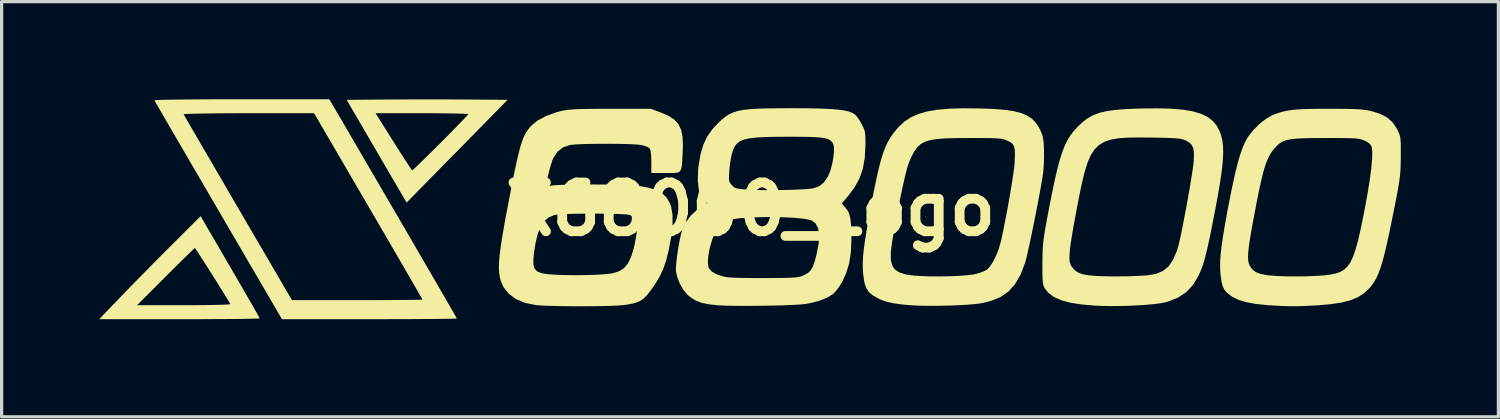
<source format=kicad_pcb>
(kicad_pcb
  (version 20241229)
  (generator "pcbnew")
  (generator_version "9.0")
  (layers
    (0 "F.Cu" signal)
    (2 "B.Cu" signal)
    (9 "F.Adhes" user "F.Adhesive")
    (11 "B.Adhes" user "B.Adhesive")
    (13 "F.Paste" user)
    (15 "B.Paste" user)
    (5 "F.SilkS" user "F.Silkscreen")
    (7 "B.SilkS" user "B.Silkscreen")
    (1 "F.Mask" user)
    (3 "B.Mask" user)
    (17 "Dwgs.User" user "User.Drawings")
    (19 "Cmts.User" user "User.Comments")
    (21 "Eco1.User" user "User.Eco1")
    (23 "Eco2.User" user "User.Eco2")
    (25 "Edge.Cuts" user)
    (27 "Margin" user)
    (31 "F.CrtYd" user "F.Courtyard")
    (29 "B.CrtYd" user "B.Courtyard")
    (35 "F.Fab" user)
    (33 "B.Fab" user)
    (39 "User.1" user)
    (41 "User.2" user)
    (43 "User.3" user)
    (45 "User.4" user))
  (footprint "X68000_Logo"
    (layer "F.Cu")
    (at 20.016 3.38)
    (property "Reference" "X68000_Logo" (at 0 0 0) (layer "F.SilkS") (effects (font (size 1.5 1.5) (thickness 0.3))))
    (attr board_only exclude_from_pos_files exclude_from_bom)
    (fp_poly (pts (xy -9.421 -3.375) (xy -8.994 -3.373) (xy -8.693 -3.371) (xy -7.466 -3.361) (xy -9.018 -1.782) (xy -10.57 -0.203) (xy -11.491 -1.782) (xy -12.172 -2.95) (xy -11.523 -2.95) (xy -10.97 -2.071) (xy -10.823 -1.837) (xy -10.688 -1.627) (xy -10.573 -1.449) (xy -10.482 -1.311) (xy -10.422 -1.222) (xy -10.397 -1.192) (xy -10.365 -1.218) (xy -10.285 -1.294) (xy -10.163 -1.411) (xy -10.007 -1.564) (xy -9.824 -1.745) (xy -9.619 -1.948) (xy -9.525 -2.041) (xy -9.314 -2.253) (xy -9.123 -2.447) (xy -8.957 -2.617) (xy -8.823 -2.756) (xy -8.729 -2.857) (xy -8.68 -2.912) (xy -8.675 -2.921) (xy -8.713 -2.927) (xy -8.82 -2.934) (xy -8.988 -2.939) (xy -9.208 -2.944) (xy -9.471 -2.947) (xy -9.77 -2.95) (xy -10.094 -2.95) (xy -10.099 -2.95) (xy -11.523 -2.95) (xy -12.172 -2.95) (xy -12.411 -3.361) (xy -11.166 -3.371) (xy -10.777 -3.373) (xy -10.34 -3.375) (xy -9.879 -3.375)) (stroke (width 0) (type solid)) (fill yes) (layer "F.SilkS"))
    (fp_poly (pts (xy -15.992 1.773) (xy -15.807 2.09) (xy -15.634 2.388) (xy -15.479 2.657) (xy -15.343 2.893) (xy -15.232 3.087) (xy -15.149 3.233) (xy -15.099 3.325) (xy -15.084 3.355) (xy -15.122 3.359) (xy -15.231 3.364) (xy -15.406 3.367) (xy -15.639 3.371) (xy -15.923 3.374) (xy -16.253 3.376) (xy -16.622 3.378) (xy -17.023 3.38) (xy -17.449 3.38) (xy -17.55 3.38) (xy -20.016 3.38) (xy -19.605 2.95) (xy -18.854 2.95) (xy -17.415 2.95) (xy -17.059 2.949) (xy -16.743 2.947) (xy -16.473 2.942) (xy -16.257 2.937) (xy -16.1 2.93) (xy -16.009 2.922) (xy -15.989 2.915) (xy -16.015 2.867) (xy -16.075 2.766) (xy -16.162 2.623) (xy -16.271 2.448) (xy -16.393 2.253) (xy -16.522 2.047) (xy -16.652 1.842) (xy -16.776 1.647) (xy -16.887 1.475) (xy -16.978 1.334) (xy -17.043 1.237) (xy -17.075 1.193) (xy -17.077 1.192) (xy -17.108 1.218) (xy -17.188 1.294) (xy -17.31 1.412) (xy -17.466 1.565) (xy -17.651 1.747) (xy -17.857 1.952) (xy -17.975 2.071) (xy -18.854 2.95) (xy -19.605 2.95) (xy -19.389 2.726) (xy -19.197 2.526) (xy -18.963 2.286) (xy -18.7 2.019) (xy -18.424 1.738) (xy -18.146 1.458) (xy -17.882 1.193) (xy -17.831 1.143) (xy -16.9 0.215)) (stroke (width 0) (type solid)) (fill yes) (layer "F.SilkS"))
    (fp_poly (pts (xy -10.985 -0.022) (xy -10.711 0.448) (xy -10.448 0.899) (xy -10.2 1.327) (xy -9.968 1.726) (xy -9.755 2.092) (xy -9.564 2.421) (xy -9.398 2.708) (xy -9.259 2.949) (xy -9.151 3.138) (xy -9.074 3.271) (xy -9.033 3.345) (xy -9.027 3.358) (xy -9.065 3.362) (xy -9.175 3.365) (xy -9.35 3.368) (xy -9.585 3.371) (xy -9.872 3.374) (xy -10.206 3.376) (xy -10.581 3.378) (xy -10.989 3.379) (xy -11.425 3.38) (xy -11.714 3.38) (xy -14.4 3.38) (xy -16.354 0.033) (xy -16.628 -0.437) (xy -16.891 -0.888) (xy -17.14 -1.315) (xy -17.373 -1.714) (xy -17.586 -2.081) (xy -17.778 -2.41) (xy -17.945 -2.697) (xy -18.073 -2.918) (xy -17.422 -2.918) (xy -17.401 -2.88) (xy -17.343 -2.779) (xy -17.251 -2.621) (xy -17.129 -2.411) (xy -16.98 -2.153) (xy -16.805 -1.852) (xy -16.608 -1.515) (xy -16.392 -1.144) (xy -16.16 -0.746) (xy -15.915 -0.326) (xy -15.752 -0.045) (xy -14.094 2.794) (xy -12.088 2.794) (xy -11.7 2.794) (xy -11.337 2.793) (xy -11.006 2.791) (xy -10.714 2.789) (xy -10.469 2.787) (xy -10.278 2.785) (xy -10.148 2.782) (xy -10.086 2.778) (xy -10.082 2.777) (xy -10.101 2.742) (xy -10.157 2.644) (xy -10.246 2.488) (xy -10.367 2.28) (xy -10.515 2.024) (xy -10.688 1.725) (xy -10.883 1.389) (xy -11.098 1.02) (xy -11.329 0.622) (xy -11.574 0.202) (xy -11.747 -0.095) (xy -13.413 -2.95) (xy -15.424 -2.95) (xy -15.811 -2.95) (xy -16.174 -2.948) (xy -16.504 -2.945) (xy -16.795 -2.941) (xy -17.039 -2.937) (xy -17.229 -2.932) (xy -17.358 -2.926) (xy -17.418 -2.92) (xy -17.422 -2.918) (xy -18.073 -2.918) (xy -18.084 -2.938) (xy -18.194 -3.127) (xy -18.271 -3.261) (xy -18.313 -3.334) (xy -18.321 -3.347) (xy -18.285 -3.353) (xy -18.177 -3.358) (xy -18.004 -3.363) (xy -17.771 -3.367) (xy -17.485 -3.371) (xy -17.152 -3.374) (xy -16.779 -3.377) (xy -16.372 -3.379) (xy -15.936 -3.38) (xy -15.639 -3.38) (xy -12.944 -3.38)) (stroke (width 0) (type solid)) (fill yes) (layer "F.SilkS"))
    (fp_poly (pts (xy 12.927 -3.089) (xy 13.29 -3.059) (xy 13.593 -3.008) (xy 13.843 -2.935) (xy 14.045 -2.839) (xy 14.204 -2.717) (xy 14.328 -2.568) (xy 14.414 -2.407) (xy 14.467 -2.262) (xy 14.504 -2.103) (xy 14.524 -1.922) (xy 14.528 -1.713) (xy 14.514 -1.467) (xy 14.483 -1.176) (xy 14.434 -0.834) (xy 14.366 -0.432) (xy 14.279 0.036) (xy 14.263 0.119) (xy 14.183 0.525) (xy 14.115 0.863) (xy 14.054 1.142) (xy 14 1.372) (xy 13.95 1.563) (xy 13.901 1.722) (xy 13.85 1.859) (xy 13.797 1.985) (xy 13.775 2.032) (xy 13.605 2.32) (xy 13.397 2.545) (xy 13.143 2.715) (xy 12.831 2.839) (xy 12.768 2.857) (xy 12.598 2.891) (xy 12.366 2.92) (xy 12.086 2.944) (xy 11.774 2.962) (xy 11.445 2.973) (xy 11.115 2.977) (xy 10.798 2.972) (xy 10.59 2.963) (xy 10.172 2.927) (xy 9.824 2.872) (xy 9.542 2.795) (xy 9.32 2.695) (xy 9.153 2.569) (xy 9.045 2.433) (xy 9.016 2.378) (xy 8.996 2.315) (xy 8.982 2.229) (xy 8.975 2.108) (xy 8.971 1.939) (xy 8.971 1.707) (xy 8.971 1.661) (xy 8.973 1.531) (xy 9.802 1.531) (xy 9.814 1.63) (xy 9.837 1.706) (xy 9.872 1.767) (xy 9.874 1.77) (xy 9.964 1.872) (xy 10.068 1.946) (xy 10.2 1.996) (xy 10.377 2.029) (xy 10.612 2.05) (xy 10.687 2.054) (xy 11.104 2.065) (xy 11.55 2.063) (xy 11.984 2.046) (xy 12.202 2.032) (xy 12.462 1.988) (xy 12.675 1.9) (xy 12.847 1.759) (xy 12.986 1.558) (xy 13.099 1.291) (xy 13.142 1.153) (xy 13.178 1.011) (xy 13.223 0.81) (xy 13.274 0.562) (xy 13.329 0.281) (xy 13.386 -0.021) (xy 13.442 -0.328) (xy 13.494 -0.628) (xy 13.541 -0.908) (xy 13.58 -1.153) (xy 13.608 -1.352) (xy 13.623 -1.489) (xy 13.624 -1.504) (xy 13.629 -1.715) (xy 13.611 -1.865) (xy 13.564 -1.972) (xy 13.482 -2.052) (xy 13.384 -2.109) (xy 13.324 -2.135) (xy 13.256 -2.155) (xy 13.167 -2.17) (xy 13.047 -2.181) (xy 12.883 -2.189) (xy 12.665 -2.196) (xy 12.381 -2.201) (xy 12.359 -2.201) (xy 11.957 -2.206) (xy 11.613 -2.201) (xy 11.323 -2.181) (xy 11.079 -2.14) (xy 10.876 -2.072) (xy 10.708 -1.972) (xy 10.569 -1.833) (xy 10.453 -1.651) (xy 10.354 -1.419) (xy 10.265 -1.131) (xy 10.181 -0.783) (xy 10.095 -0.367) (xy 10.021 0.02) (xy 9.947 0.418) (xy 9.889 0.748) (xy 9.846 1.017) (xy 9.818 1.231) (xy 9.804 1.4) (xy 9.802 1.531) (xy 8.973 1.531) (xy 8.973 1.463) (xy 8.977 1.294) (xy 8.986 1.14) (xy 9 0.987) (xy 9.022 0.82) (xy 9.054 0.625) (xy 9.096 0.388) (xy 9.152 0.094) (xy 9.177 -0.039) (xy 9.269 -0.506) (xy 9.353 -0.904) (xy 9.431 -1.24) (xy 9.506 -1.522) (xy 9.582 -1.759) (xy 9.66 -1.959) (xy 9.744 -2.129) (xy 9.837 -2.277) (xy 9.941 -2.411) (xy 10.059 -2.539) (xy 10.062 -2.542) (xy 10.216 -2.686) (xy 10.372 -2.802) (xy 10.539 -2.894) (xy 10.73 -2.964) (xy 10.954 -3.016) (xy 11.222 -3.053) (xy 11.546 -3.078) (xy 11.935 -3.093) (xy 12.001 -3.095) (xy 12.499 -3.101)) (stroke (width 0) (type solid)) (fill yes) (layer "F.SilkS"))
    (fp_poly (pts (xy 7.023 -3.098) (xy 7.031 -3.097) (xy 7.448 -3.083) (xy 7.795 -3.056) (xy 8.081 -3.015) (xy 8.314 -2.957) (xy 8.501 -2.879) (xy 8.651 -2.779) (xy 8.772 -2.653) (xy 8.871 -2.499) (xy 8.888 -2.466) (xy 8.944 -2.348) (xy 8.98 -2.24) (xy 9.002 -2.118) (xy 9.015 -1.957) (xy 9.02 -1.836) (xy 9.022 -1.617) (xy 9.015 -1.381) (xy 8.999 -1.167) (xy 8.991 -1.103) (xy 8.966 -0.936) (xy 8.929 -0.716) (xy 8.881 -0.455) (xy 8.826 -0.164) (xy 8.767 0.142) (xy 8.705 0.452) (xy 8.643 0.753) (xy 8.584 1.033) (xy 8.53 1.279) (xy 8.484 1.479) (xy 8.448 1.62) (xy 8.435 1.661) (xy 8.297 2.016) (xy 8.13 2.303) (xy 7.929 2.528) (xy 7.685 2.698) (xy 7.391 2.819) (xy 7.082 2.892) (xy 6.901 2.915) (xy 6.661 2.935) (xy 6.377 2.951) (xy 6.068 2.962) (xy 5.752 2.968) (xy 5.445 2.969) (xy 5.165 2.964) (xy 4.931 2.952) (xy 4.914 2.951) (xy 4.615 2.923) (xy 4.378 2.888) (xy 4.185 2.845) (xy 4.022 2.788) (xy 3.917 2.739) (xy 3.75 2.643) (xy 3.631 2.539) (xy 3.55 2.411) (xy 3.499 2.244) (xy 3.466 2.019) (xy 3.46 1.954) (xy 3.451 1.794) (xy 3.451 1.623) (xy 3.455 1.547) (xy 4.312 1.547) (xy 4.349 1.717) (xy 4.432 1.847) (xy 4.566 1.939) (xy 4.759 2.002) (xy 5.017 2.04) (xy 5.197 2.052) (xy 5.497 2.063) (xy 5.809 2.065) (xy 6.116 2.06) (xy 6.402 2.048) (xy 6.652 2.03) (xy 6.848 2.005) (xy 6.93 1.989) (xy 7.077 1.945) (xy 7.208 1.89) (xy 7.271 1.855) (xy 7.36 1.76) (xy 7.457 1.609) (xy 7.551 1.42) (xy 7.631 1.213) (xy 7.676 1.062) (xy 7.722 0.868) (xy 7.774 0.624) (xy 7.83 0.343) (xy 7.888 0.041) (xy 7.944 -0.269) (xy 7.996 -0.572) (xy 8.042 -0.855) (xy 8.08 -1.103) (xy 8.106 -1.303) (xy 8.118 -1.433) (xy 8.127 -1.655) (xy 8.124 -1.814) (xy 8.103 -1.924) (xy 8.061 -2) (xy 7.992 -2.057) (xy 7.902 -2.103) (xy 7.842 -2.129) (xy 7.781 -2.149) (xy 7.708 -2.164) (xy 7.613 -2.175) (xy 7.486 -2.182) (xy 7.315 -2.186) (xy 7.09 -2.188) (xy 6.801 -2.188) (xy 6.702 -2.188) (xy 6.313 -2.186) (xy 5.994 -2.177) (xy 5.735 -2.158) (xy 5.528 -2.125) (xy 5.363 -2.074) (xy 5.232 -2.002) (xy 5.125 -1.904) (xy 5.034 -1.777) (xy 4.95 -1.619) (xy 4.865 -1.426) (xy 4.829 -1.318) (xy 4.782 -1.144) (xy 4.728 -0.919) (xy 4.669 -0.654) (xy 4.607 -0.363) (xy 4.544 -0.057) (xy 4.485 0.251) (xy 4.43 0.548) (xy 4.383 0.821) (xy 4.345 1.058) (xy 4.32 1.247) (xy 4.313 1.329) (xy 4.312 1.547) (xy 3.455 1.547) (xy 3.462 1.431) (xy 3.485 1.209) (xy 3.521 0.947) (xy 3.571 0.636) (xy 3.636 0.266) (xy 3.711 -0.137) (xy 3.795 -0.574) (xy 3.871 -0.942) (xy 3.941 -1.25) (xy 4.008 -1.506) (xy 4.074 -1.721) (xy 4.142 -1.902) (xy 4.215 -2.057) (xy 4.295 -2.197) (xy 4.386 -2.328) (xy 4.396 -2.342) (xy 4.557 -2.535) (xy 4.733 -2.695) (xy 4.931 -2.825) (xy 5.159 -2.927) (xy 5.425 -3.004) (xy 5.737 -3.057) (xy 6.102 -3.089) (xy 6.528 -3.102)) (stroke (width 0) (type solid)) (fill yes) (layer "F.SilkS"))
    (fp_poly (pts (xy 18.09 -3.086) (xy 18.352 -3.083) (xy 18.561 -3.077) (xy 18.727 -3.068) (xy 18.862 -3.055) (xy 18.977 -3.037) (xy 19.079 -3.016) (xy 19.361 -2.929) (xy 19.581 -2.81) (xy 19.749 -2.652) (xy 19.87 -2.464) (xy 19.914 -2.374) (xy 19.946 -2.297) (xy 19.967 -2.217) (xy 19.979 -2.119) (xy 19.985 -1.986) (xy 19.986 -1.803) (xy 19.985 -1.624) (xy 19.984 -1.451) (xy 19.98 -1.302) (xy 19.973 -1.164) (xy 19.961 -1.025) (xy 19.941 -0.874) (xy 19.913 -0.697) (xy 19.874 -0.484) (xy 19.824 -0.222) (xy 19.76 0.101) (xy 19.739 0.203) (xy 19.649 0.648) (xy 19.568 1.023) (xy 19.495 1.337) (xy 19.426 1.598) (xy 19.36 1.813) (xy 19.293 1.99) (xy 19.223 2.138) (xy 19.148 2.264) (xy 19.065 2.376) (xy 19.025 2.423) (xy 18.863 2.578) (xy 18.67 2.702) (xy 18.437 2.798) (xy 18.155 2.87) (xy 17.813 2.921) (xy 17.474 2.95) (xy 17.143 2.969) (xy 16.863 2.98) (xy 16.608 2.982) (xy 16.352 2.975) (xy 16.068 2.96) (xy 15.891 2.948) (xy 15.528 2.911) (xy 15.231 2.857) (xy 14.99 2.783) (xy 14.795 2.684) (xy 14.645 2.568) (xy 14.568 2.479) (xy 14.513 2.369) (xy 14.474 2.22) (xy 14.447 2.015) (xy 14.44 1.946) (xy 14.432 1.782) (xy 14.435 1.597) (xy 14.443 1.474) (xy 15.291 1.474) (xy 15.297 1.58) (xy 15.314 1.663) (xy 15.341 1.732) (xy 15.345 1.739) (xy 15.421 1.849) (xy 15.528 1.931) (xy 15.677 1.989) (xy 15.879 2.028) (xy 16.146 2.051) (xy 16.178 2.053) (xy 16.47 2.063) (xy 16.781 2.066) (xy 17.09 2.062) (xy 17.38 2.05) (xy 17.631 2.033) (xy 17.824 2.01) (xy 17.839 2.007) (xy 17.995 1.973) (xy 18.129 1.926) (xy 18.245 1.857) (xy 18.346 1.762) (xy 18.436 1.633) (xy 18.517 1.464) (xy 18.593 1.247) (xy 18.668 0.978) (xy 18.745 0.647) (xy 18.827 0.25) (xy 18.879 -0.016) (xy 18.965 -0.486) (xy 19.032 -0.9) (xy 19.078 -1.252) (xy 19.104 -1.541) (xy 19.11 -1.761) (xy 19.094 -1.91) (xy 19.093 -1.914) (xy 19.045 -1.999) (xy 18.94 -2.075) (xy 18.882 -2.103) (xy 18.822 -2.129) (xy 18.761 -2.149) (xy 18.689 -2.164) (xy 18.594 -2.175) (xy 18.466 -2.182) (xy 18.296 -2.186) (xy 18.071 -2.188) (xy 17.782 -2.188) (xy 17.682 -2.188) (xy 17.324 -2.187) (xy 17.034 -2.182) (xy 16.803 -2.171) (xy 16.621 -2.153) (xy 16.478 -2.125) (xy 16.366 -2.086) (xy 16.274 -2.033) (xy 16.192 -1.965) (xy 16.112 -1.88) (xy 16.109 -1.877) (xy 16.026 -1.773) (xy 15.953 -1.657) (xy 15.886 -1.519) (xy 15.823 -1.351) (xy 15.761 -1.144) (xy 15.698 -0.89) (xy 15.63 -0.579) (xy 15.554 -0.202) (xy 15.527 -0.059) (xy 15.451 0.343) (xy 15.391 0.675) (xy 15.345 0.947) (xy 15.314 1.165) (xy 15.296 1.339) (xy 15.291 1.474) (xy 14.443 1.474) (xy 14.45 1.381) (xy 14.479 1.129) (xy 14.522 0.83) (xy 14.582 0.476) (xy 14.657 0.06) (xy 14.715 -0.24) (xy 14.806 -0.696) (xy 14.89 -1.081) (xy 14.97 -1.404) (xy 15.048 -1.673) (xy 15.126 -1.894) (xy 15.206 -2.075) (xy 15.286 -2.217) (xy 15.439 -2.418) (xy 15.631 -2.611) (xy 15.838 -2.774) (xy 16.04 -2.891) (xy 16.089 -2.911) (xy 16.234 -2.962) (xy 16.372 -3.002) (xy 16.517 -3.033) (xy 16.679 -3.055) (xy 16.872 -3.071) (xy 17.105 -3.08) (xy 17.393 -3.085) (xy 17.746 -3.086) (xy 17.76 -3.086)) (stroke (width 0) (type solid)) (fill yes) (layer "F.SilkS"))
    (fp_poly (pts (xy -2.758 -2.973) (xy -2.521 -2.871) (xy -2.342 -2.755) (xy -2.214 -2.614) (xy -2.131 -2.437) (xy -2.087 -2.213) (xy -2.078 -1.932) (xy -2.085 -1.746) (xy -2.097 -1.511) (xy -2.11 -1.342) (xy -2.132 -1.229) (xy -2.172 -1.161) (xy -2.24 -1.126) (xy -2.344 -1.114) (xy -2.493 -1.113) (xy -2.603 -1.114) (xy -3.048 -1.114) (xy -3.048 -1.458) (xy -3.054 -1.652) (xy -3.071 -1.794) (xy -3.097 -1.868) (xy -3.161 -1.912) (xy -3.273 -1.953) (xy -3.356 -1.973) (xy -3.472 -1.986) (xy -3.651 -1.997) (xy -3.878 -2.005) (xy -4.137 -2.009) (xy -4.413 -2.011) (xy -4.692 -2.01) (xy -4.957 -2.006) (xy -5.195 -2) (xy -5.389 -1.99) (xy -5.525 -1.977) (xy -5.552 -1.973) (xy -5.762 -1.901) (xy -5.93 -1.769) (xy -6.06 -1.576) (xy -6.093 -1.492) (xy -6.134 -1.364) (xy -6.178 -1.21) (xy -6.219 -1.049) (xy -6.253 -0.9) (xy -6.276 -0.78) (xy -6.283 -0.709) (xy -6.28 -0.699) (xy -6.238 -0.699) (xy -6.151 -0.719) (xy -6.133 -0.724) (xy -6.053 -0.735) (xy -5.908 -0.744) (xy -5.708 -0.751) (xy -5.467 -0.756) (xy -5.196 -0.759) (xy -4.908 -0.76) (xy -4.614 -0.759) (xy -4.327 -0.757) (xy -4.058 -0.752) (xy -3.821 -0.745) (xy -3.627 -0.736) (xy -3.487 -0.725) (xy -3.458 -0.722) (xy -3.145 -0.664) (xy -2.899 -0.588) (xy -2.712 -0.486) (xy -2.575 -0.354) (xy -2.478 -0.184) (xy -2.438 -0.07) (xy -2.398 0.17) (xy -2.396 0.472) (xy -2.434 0.83) (xy -2.51 1.239) (xy -2.52 1.283) (xy -2.596 1.585) (xy -2.682 1.836) (xy -2.79 2.066) (xy -2.932 2.301) (xy -3.033 2.449) (xy -3.166 2.624) (xy -3.289 2.749) (xy -3.421 2.835) (xy -3.583 2.892) (xy -3.794 2.932) (xy -3.93 2.949) (xy -4.084 2.961) (xy -4.301 2.97) (xy -4.567 2.977) (xy -4.866 2.981) (xy -5.184 2.983) (xy -5.505 2.982) (xy -5.815 2.978) (xy -6.1 2.972) (xy -6.343 2.964) (xy -6.53 2.952) (xy -6.597 2.946) (xy -6.931 2.879) (xy -7.21 2.761) (xy -7.433 2.597) (xy -7.596 2.387) (xy -7.682 2.183) (xy -7.709 2.068) (xy -7.727 1.94) (xy -7.733 1.794) (xy -7.728 1.621) (xy -7.721 1.534) (xy -6.673 1.534) (xy -6.671 1.706) (xy -6.635 1.829) (xy -6.554 1.913) (xy -6.422 1.966) (xy -6.229 1.997) (xy -5.966 2.016) (xy -5.961 2.016) (xy -5.694 2.025) (xy -5.406 2.028) (xy -5.113 2.026) (xy -4.832 2.018) (xy -4.58 2.005) (xy -4.374 1.988) (xy -4.242 1.97) (xy -4.049 1.911) (xy -3.894 1.815) (xy -3.77 1.67) (xy -3.671 1.47) (xy -3.59 1.205) (xy -3.555 1.05) (xy -3.507 0.786) (xy -3.486 0.585) (xy -3.494 0.434) (xy -3.534 0.323) (xy -3.607 0.239) (xy -3.704 0.178) (xy -3.769 0.165) (xy -3.9 0.154) (xy -4.083 0.146) (xy -4.307 0.14) (xy -4.558 0.136) (xy -4.824 0.135) (xy -5.093 0.136) (xy -5.351 0.139) (xy -5.586 0.145) (xy -5.785 0.154) (xy -5.936 0.165) (xy -6.026 0.178) (xy -6.027 0.178) (xy -6.197 0.249) (xy -6.337 0.365) (xy -6.45 0.533) (xy -6.539 0.759) (xy -6.609 1.051) (xy -6.649 1.305) (xy -6.673 1.534) (xy -7.721 1.534) (xy -7.71 1.415) (xy -7.679 1.168) (xy -7.634 0.873) (xy -7.575 0.524) (xy -7.499 0.113) (xy -7.408 -0.368) (xy -7.407 -0.371) (xy -7.322 -0.808) (xy -7.248 -1.175) (xy -7.182 -1.48) (xy -7.123 -1.731) (xy -7.069 -1.936) (xy -7.016 -2.101) (xy -6.962 -2.235) (xy -6.906 -2.345) (xy -6.844 -2.439) (xy -6.775 -2.524) (xy -6.729 -2.574) (xy -6.541 -2.727) (xy -6.29 -2.862) (xy -5.993 -2.972) (xy -5.824 -3.017) (xy -5.728 -3.037) (xy -5.622 -3.053) (xy -5.496 -3.065) (xy -5.341 -3.074) (xy -5.147 -3.08) (xy -4.902 -3.084) (xy -4.598 -3.086) (xy -4.298 -3.087) (xy -3.068 -3.087)) (stroke (width 0) (type solid)) (fill yes) (layer "F.SilkS"))
    (fp_poly (pts (xy 1.751 -3.102) (xy 2.121 -3.094) (xy 2.427 -3.082) (xy 2.674 -3.062) (xy 2.87 -3.036) (xy 3.02 -3.003) (xy 3.132 -2.961) (xy 3.199 -2.921) (xy 3.268 -2.849) (xy 3.35 -2.733) (xy 3.416 -2.619) (xy 3.469 -2.512) (xy 3.504 -2.423) (xy 3.523 -2.329) (xy 3.532 -2.209) (xy 3.533 -2.041) (xy 3.532 -1.956) (xy 3.511 -1.571) (xy 3.452 -1.24) (xy 3.35 -0.946) (xy 3.198 -0.67) (xy 3.008 -0.417) (xy 2.806 -0.175) (xy 2.924 -0.04) (xy 2.988 0.045) (xy 3.034 0.145) (xy 3.066 0.273) (xy 3.087 0.441) (xy 3.098 0.662) (xy 3.101 0.918) (xy 3.085 1.319) (xy 3.032 1.667) (xy 2.936 1.977) (xy 2.821 2.224) (xy 2.731 2.372) (xy 2.631 2.507) (xy 2.542 2.601) (xy 2.538 2.605) (xy 2.358 2.716) (xy 2.119 2.812) (xy 1.841 2.885) (xy 1.691 2.912) (xy 1.552 2.926) (xy 1.349 2.939) (xy 1.095 2.95) (xy 0.806 2.959) (xy 0.493 2.965) (xy 0.173 2.969) (xy -0.142 2.971) (xy -0.438 2.969) (xy -0.7 2.965) (xy -0.915 2.957) (xy -1.001 2.952) (xy -1.28 2.922) (xy -1.5 2.877) (xy -1.68 2.809) (xy -1.837 2.712) (xy -1.925 2.641) (xy -2.058 2.487) (xy -2.174 2.284) (xy -2.259 2.064) (xy -2.292 1.903) (xy -2.293 1.791) (xy -2.28 1.634) (xy -1.311 1.634) (xy -1.293 1.78) (xy -1.279 1.817) (xy -1.19 1.915) (xy -1.041 2.001) (xy -0.846 2.065) (xy -0.703 2.092) (xy -0.604 2.1) (xy -0.44 2.107) (xy -0.226 2.112) (xy 0.025 2.115) (xy 0.3 2.117) (xy 0.488 2.116) (xy 0.793 2.114) (xy 1.03 2.111) (xy 1.211 2.106) (xy 1.346 2.098) (xy 1.446 2.088) (xy 1.523 2.072) (xy 1.586 2.052) (xy 1.648 2.026) (xy 1.648 2.026) (xy 1.758 1.965) (xy 1.841 1.89) (xy 1.907 1.784) (xy 1.964 1.634) (xy 2.021 1.424) (xy 2.032 1.379) (xy 2.094 1.053) (xy 2.109 0.789) (xy 2.077 0.583) (xy 1.998 0.435) (xy 1.885 0.348) (xy 1.772 0.315) (xy 1.593 0.287) (xy 1.36 0.265) (xy 1.082 0.25) (xy 0.773 0.242) (xy 0.443 0.242) (xy 0.105 0.251) (xy -0.000001 0.255) (xy -0.31 0.276) (xy -0.553 0.308) (xy -0.741 0.36) (xy -0.884 0.437) (xy -0.995 0.547) (xy -1.084 0.696) (xy -1.162 0.891) (xy -1.186 0.961) (xy -1.256 1.21) (xy -1.298 1.439) (xy -1.311 1.634) (xy -2.28 1.634) (xy -2.279 1.623) (xy -2.254 1.418) (xy -2.221 1.196) (xy -2.182 0.977) (xy -2.14 0.78) (xy -2.105 0.645) (xy -2.003 0.42) (xy -1.843 0.203) (xy -1.641 0.018) (xy -1.564 -0.035) (xy -1.329 -0.185) (xy -1.445 -0.318) (xy -1.522 -0.419) (xy -1.572 -0.513) (xy -1.58 -0.538) (xy -1.62 -0.866) (xy -1.616 -1.026) (xy -0.661 -1.026) (xy -0.661 -0.919) (xy -0.647 -0.847) (xy -0.615 -0.79) (xy -0.578 -0.744) (xy -0.528 -0.692) (xy -0.473 -0.657) (xy -0.396 -0.634) (xy -0.278 -0.618) (xy -0.1 -0.603) (xy -0.094 -0.602) (xy 0.085 -0.593) (xy 0.31 -0.587) (xy 0.565 -0.586) (xy 0.836 -0.588) (xy 1.108 -0.593) (xy 1.365 -0.6) (xy 1.594 -0.611) (xy 1.779 -0.623) (xy 1.906 -0.638) (xy 1.931 -0.643) (xy 2.113 -0.709) (xy 2.254 -0.821) (xy 2.372 -0.994) (xy 2.389 -1.026) (xy 2.453 -1.181) (xy 2.505 -1.368) (xy 2.544 -1.566) (xy 2.565 -1.752) (xy 2.566 -1.905) (xy 2.546 -1.995) (xy 2.51 -2.06) (xy 2.461 -2.112) (xy 2.391 -2.152) (xy 2.29 -2.182) (xy 2.152 -2.202) (xy 1.966 -2.216) (xy 1.725 -2.224) (xy 1.42 -2.227) (xy 1.192 -2.227) (xy 0.79 -2.226) (xy 0.459 -2.218) (xy 0.191 -2.204) (xy -0.022 -2.18) (xy -0.188 -2.144) (xy -0.314 -2.094) (xy -0.407 -2.028) (xy -0.477 -1.943) (xy -0.529 -1.838) (xy -0.568 -1.723) (xy -0.599 -1.586) (xy -0.628 -1.406) (xy -0.649 -1.219) (xy -0.651 -1.19) (xy -0.661 -1.026) (xy -1.616 -1.026) (xy -1.61 -1.217) (xy -1.599 -1.318) (xy -1.539 -1.677) (xy -1.452 -1.977) (xy -1.33 -2.235) (xy -1.167 -2.466) (xy -1.007 -2.637) (xy -0.89 -2.747) (xy -0.779 -2.838) (xy -0.666 -2.912) (xy -0.542 -2.971) (xy -0.399 -3.017) (xy -0.228 -3.051) (xy -0.021 -3.075) (xy 0.23 -3.09) (xy 0.535 -3.099) (xy 0.902 -3.103) (xy 1.309 -3.104)) (stroke (width 0) (type solid)) (fill yes) (layer "F.SilkS")))
  (gr_rect
    (start -3 -3)
    (end 43.002 9.76)
    (stroke (width 0.1) (type default))
    (fill no)
    (layer "Edge.Cuts")))
</source>
